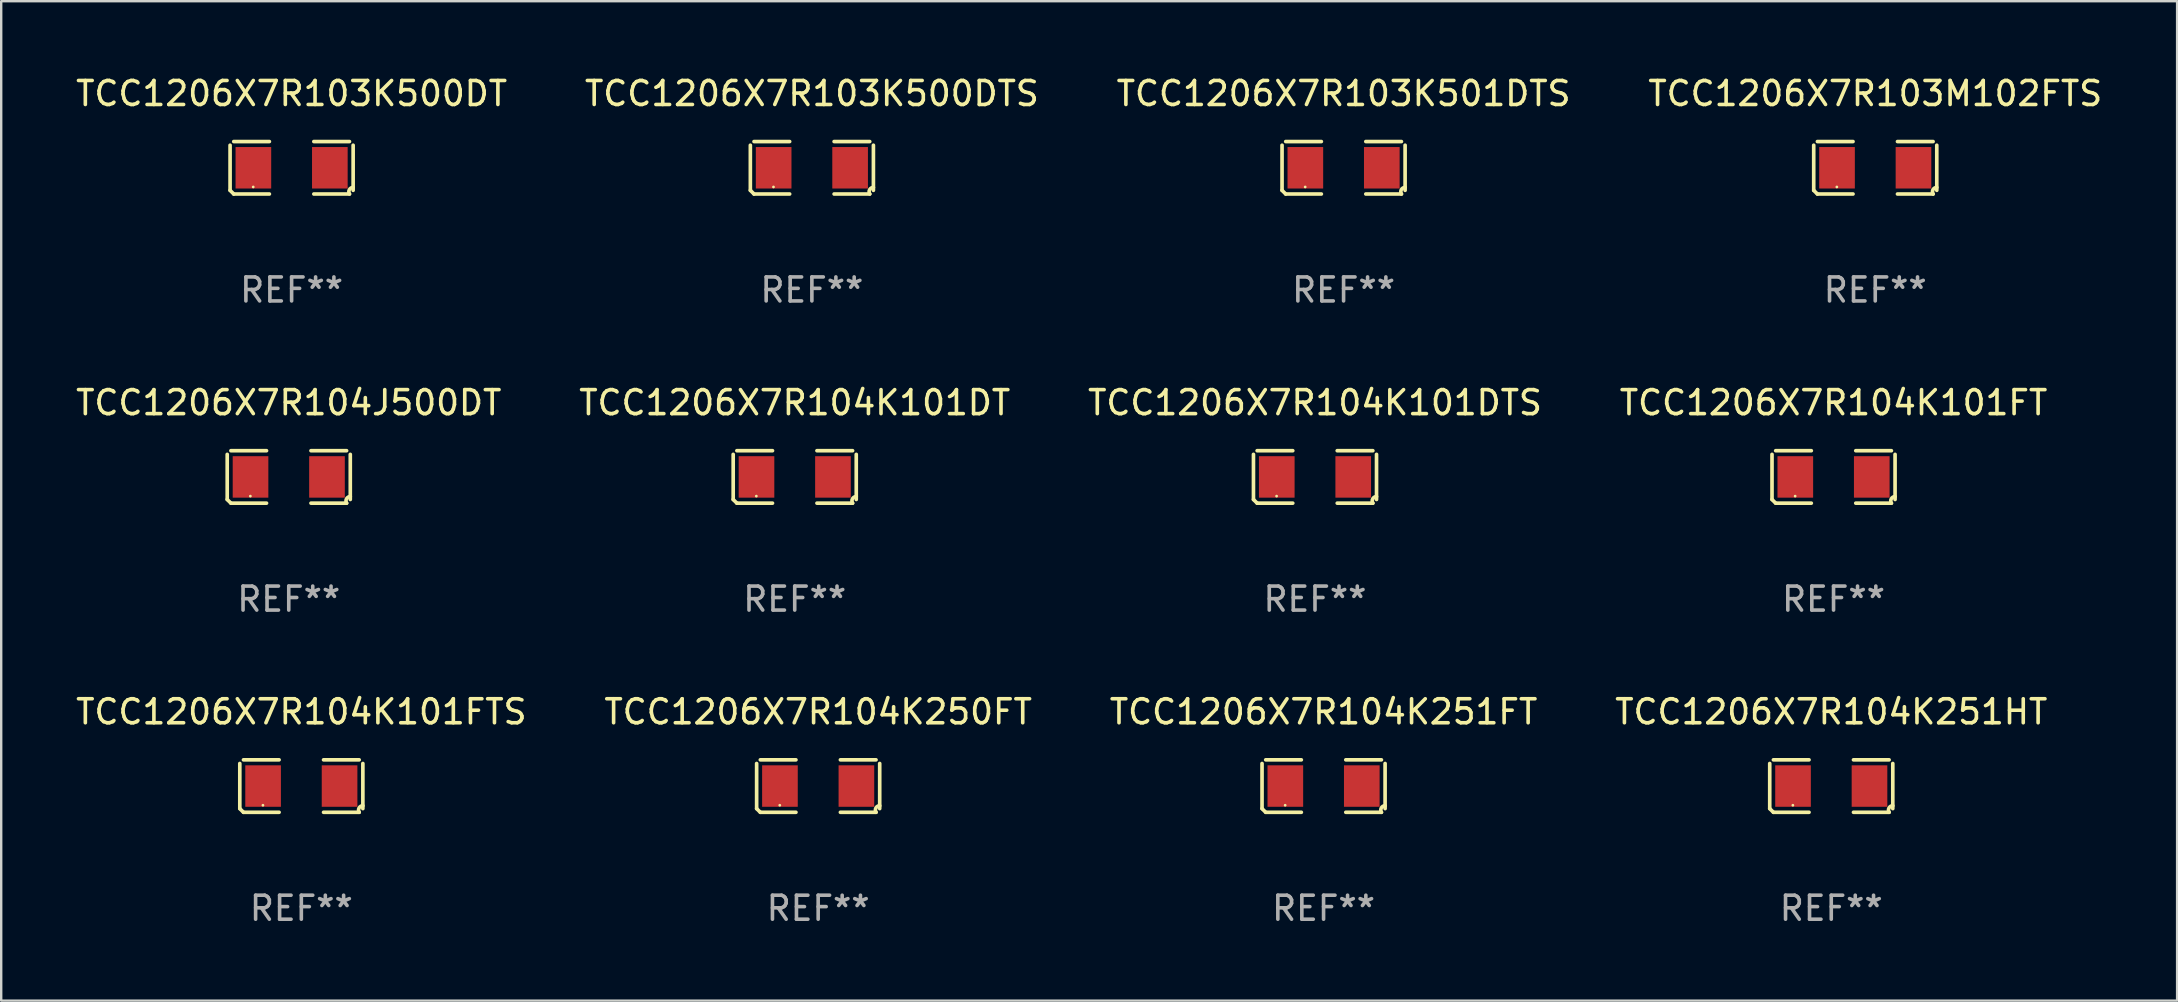
<source format=kicad_pcb>
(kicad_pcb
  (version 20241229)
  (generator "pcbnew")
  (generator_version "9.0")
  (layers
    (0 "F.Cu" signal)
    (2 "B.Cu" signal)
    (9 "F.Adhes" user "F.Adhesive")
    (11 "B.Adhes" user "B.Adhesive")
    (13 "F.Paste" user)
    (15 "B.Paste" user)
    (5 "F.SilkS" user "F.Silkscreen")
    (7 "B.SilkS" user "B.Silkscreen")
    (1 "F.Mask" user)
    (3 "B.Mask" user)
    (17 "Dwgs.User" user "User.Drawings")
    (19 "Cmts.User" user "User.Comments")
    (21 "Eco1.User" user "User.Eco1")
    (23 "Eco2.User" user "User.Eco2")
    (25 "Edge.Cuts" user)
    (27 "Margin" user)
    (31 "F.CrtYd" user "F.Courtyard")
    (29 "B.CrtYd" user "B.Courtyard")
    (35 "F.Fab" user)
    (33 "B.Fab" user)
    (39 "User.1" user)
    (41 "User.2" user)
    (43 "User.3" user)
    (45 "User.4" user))
  (footprint "TCC1206X7R104J500DT"
    (layer "F.Cu")
    (at 8.982 16.823)
    (property "Reference" "TCC1206X7R104J500DT" (at 0 -3.093 0) (layer "F.SilkS") (effects (font (size 1 1) (thickness 0.15))))
    (attr through_hole)
    (fp_line (start -2.564 0.94) (end -2.564 -0.94) (stroke (width 0.152) (type solid)) (layer "F.SilkS"))
    (fp_line (start -2.411 -1.093) (end -0.926 -1.093) (stroke (width 0.152) (type solid)) (layer "F.SilkS"))
    (fp_line (start -0.926 1.093) (end -2.411 1.093) (stroke (width 0.152) (type solid)) (layer "F.SilkS"))
    (fp_line (start 0.926 1.093) (end 2.411 1.093) (stroke (width 0.152) (type solid)) (layer "F.SilkS"))
    (fp_line (start 2.411 -1.093) (end 0.926 -1.093) (stroke (width 0.152) (type solid)) (layer "F.SilkS"))
    (fp_line (start 2.564 0.94) (end 2.564 -0.94) (stroke (width 0.152) (type solid)) (layer "F.SilkS"))
    (fp_arc (start -2.411201 1.092609) (mid -2.487413 1.01642) (end -2.563602 0.940208) (stroke (width 0.1524) (type solid)) (layer "F.SilkS"))
    (fp_arc (start 2.411201 1.092609) (mid 2.407159 0.911226) (end 2.563602 0.819347) (stroke (width 0.1524) (type solid)) (layer "F.SilkS"))
    (fp_circle (center -1.6 0.8) (end -1.57 0.8) (stroke (width 0.06) (type solid)) (fill no) (layer "F.SilkS"))
    (fp_text user "REF**" (at 0 5.093 0) (layer "F.Fab") (effects (font (size 1 1) (thickness 0.15))))
    (pad "1" smd rect (at -1.593 0) (size 1.485 1.728) (layers "F.Cu" "F.Mask" "F.Paste"))
    (pad "2" smd rect (at 1.593 0) (size 1.485 1.728) (layers "F.Cu" "F.Mask" "F.Paste")))
  (footprint "TCC1206X7R104K101FTS"
    (layer "F.Cu")
    (at 9.506 29.704)
    (property "Reference" "TCC1206X7R104K101FTS" (at 0 -3.093 0) (layer "F.SilkS") (effects (font (size 1 1) (thickness 0.15))))
    (attr through_hole)
    (fp_line (start -2.564 0.94) (end -2.564 -0.94) (stroke (width 0.152) (type solid)) (layer "F.SilkS"))
    (fp_line (start -2.411 -1.093) (end -0.926 -1.093) (stroke (width 0.152) (type solid)) (layer "F.SilkS"))
    (fp_line (start -0.926 1.093) (end -2.411 1.093) (stroke (width 0.152) (type solid)) (layer "F.SilkS"))
    (fp_line (start 0.926 1.093) (end 2.411 1.093) (stroke (width 0.152) (type solid)) (layer "F.SilkS"))
    (fp_line (start 2.411 -1.093) (end 0.926 -1.093) (stroke (width 0.152) (type solid)) (layer "F.SilkS"))
    (fp_line (start 2.564 0.94) (end 2.564 -0.94) (stroke (width 0.152) (type solid)) (layer "F.SilkS"))
    (fp_arc (start -2.411201 1.092609) (mid -2.487413 1.01642) (end -2.563602 0.940208) (stroke (width 0.1524) (type solid)) (layer "F.SilkS"))
    (fp_arc (start 2.411201 1.092609) (mid 2.407159 0.911226) (end 2.563602 0.819347) (stroke (width 0.1524) (type solid)) (layer "F.SilkS"))
    (fp_circle (center -1.6 0.8) (end -1.57 0.8) (stroke (width 0.06) (type solid)) (fill no) (layer "F.SilkS"))
    (fp_text user "REF**" (at 0 5.093 0) (layer "F.Fab") (effects (font (size 1 1) (thickness 0.15))))
    (pad "1" smd rect (at -1.593 0) (size 1.485 1.728) (layers "F.Cu" "F.Mask" "F.Paste"))
    (pad "2" smd rect (at 1.593 0) (size 1.485 1.728) (layers "F.Cu" "F.Mask" "F.Paste")))
  (footprint "TCC1206X7R103K500DT"
    (layer "F.Cu")
    (at 9.101 3.941)
    (property "Reference" "TCC1206X7R103K500DT" (at 0 -3.093 0) (layer "F.SilkS") (effects (font (size 1 1) (thickness 0.15))))
    (attr through_hole)
    (fp_line (start -2.564 0.94) (end -2.564 -0.94) (stroke (width 0.152) (type solid)) (layer "F.SilkS"))
    (fp_line (start -2.411 -1.093) (end -0.926 -1.093) (stroke (width 0.152) (type solid)) (layer "F.SilkS"))
    (fp_line (start -0.926 1.093) (end -2.411 1.093) (stroke (width 0.152) (type solid)) (layer "F.SilkS"))
    (fp_line (start 0.926 1.093) (end 2.411 1.093) (stroke (width 0.152) (type solid)) (layer "F.SilkS"))
    (fp_line (start 2.411 -1.093) (end 0.926 -1.093) (stroke (width 0.152) (type solid)) (layer "F.SilkS"))
    (fp_line (start 2.564 0.94) (end 2.564 -0.94) (stroke (width 0.152) (type solid)) (layer "F.SilkS"))
    (fp_arc (start -2.411201 1.092609) (mid -2.487413 1.01642) (end -2.563602 0.940208) (stroke (width 0.1524) (type solid)) (layer "F.SilkS"))
    (fp_arc (start 2.411201 1.092609) (mid 2.407159 0.911226) (end 2.563602 0.819347) (stroke (width 0.1524) (type solid)) (layer "F.SilkS"))
    (fp_circle (center -1.6 0.8) (end -1.57 0.8) (stroke (width 0.06) (type solid)) (fill no) (layer "F.SilkS"))
    (fp_text user "REF**" (at 0 5.093 0) (layer "F.Fab") (effects (font (size 1 1) (thickness 0.15))))
    (pad "1" smd rect (at -1.593 0) (size 1.485 1.728) (layers "F.Cu" "F.Mask" "F.Paste"))
    (pad "2" smd rect (at 1.593 0) (size 1.485 1.728) (layers "F.Cu" "F.Mask" "F.Paste")))
  (footprint "TCC1206X7R104K251HT"
    (layer "F.Cu")
    (at 73.256 29.704)
    (property "Reference" "TCC1206X7R104K251HT" (at 0 -3.093 0) (layer "F.SilkS") (effects (font (size 1 1) (thickness 0.15))))
    (attr through_hole)
    (fp_line (start -2.564 0.94) (end -2.564 -0.94) (stroke (width 0.152) (type solid)) (layer "F.SilkS"))
    (fp_line (start -2.411 -1.093) (end -0.926 -1.093) (stroke (width 0.152) (type solid)) (layer "F.SilkS"))
    (fp_line (start -0.926 1.093) (end -2.411 1.093) (stroke (width 0.152) (type solid)) (layer "F.SilkS"))
    (fp_line (start 0.926 1.093) (end 2.411 1.093) (stroke (width 0.152) (type solid)) (layer "F.SilkS"))
    (fp_line (start 2.411 -1.093) (end 0.926 -1.093) (stroke (width 0.152) (type solid)) (layer "F.SilkS"))
    (fp_line (start 2.564 0.94) (end 2.564 -0.94) (stroke (width 0.152) (type solid)) (layer "F.SilkS"))
    (fp_arc (start -2.411201 1.092609) (mid -2.487413 1.01642) (end -2.563602 0.940208) (stroke (width 0.1524) (type solid)) (layer "F.SilkS"))
    (fp_arc (start 2.411201 1.092609) (mid 2.407159 0.911226) (end 2.563602 0.819347) (stroke (width 0.1524) (type solid)) (layer "F.SilkS"))
    (fp_circle (center -1.6 0.8) (end -1.57 0.8) (stroke (width 0.06) (type solid)) (fill no) (layer "F.SilkS"))
    (fp_text user "REF**" (at 0 5.093 0) (layer "F.Fab") (effects (font (size 1 1) (thickness 0.15))))
    (pad "1" smd rect (at -1.593 0) (size 1.485 1.728) (layers "F.Cu" "F.Mask" "F.Paste"))
    (pad "2" smd rect (at 1.593 0) (size 1.485 1.728) (layers "F.Cu" "F.Mask" "F.Paste")))
  (footprint "TCC1206X7R104K101FT"
    (layer "F.Cu")
    (at 73.351 16.823)
    (property "Reference" "TCC1206X7R104K101FT" (at 0 -3.093 0) (layer "F.SilkS") (effects (font (size 1 1) (thickness 0.15))))
    (attr through_hole)
    (fp_line (start -2.564 0.94) (end -2.564 -0.94) (stroke (width 0.152) (type solid)) (layer "F.SilkS"))
    (fp_line (start -2.411 -1.093) (end -0.926 -1.093) (stroke (width 0.152) (type solid)) (layer "F.SilkS"))
    (fp_line (start -0.926 1.093) (end -2.411 1.093) (stroke (width 0.152) (type solid)) (layer "F.SilkS"))
    (fp_line (start 0.926 1.093) (end 2.411 1.093) (stroke (width 0.152) (type solid)) (layer "F.SilkS"))
    (fp_line (start 2.411 -1.093) (end 0.926 -1.093) (stroke (width 0.152) (type solid)) (layer "F.SilkS"))
    (fp_line (start 2.564 0.94) (end 2.564 -0.94) (stroke (width 0.152) (type solid)) (layer "F.SilkS"))
    (fp_arc (start -2.411201 1.092609) (mid -2.487413 1.01642) (end -2.563602 0.940208) (stroke (width 0.1524) (type solid)) (layer "F.SilkS"))
    (fp_arc (start 2.411201 1.092609) (mid 2.407159 0.911226) (end 2.563602 0.819347) (stroke (width 0.1524) (type solid)) (layer "F.SilkS"))
    (fp_circle (center -1.6 0.8) (end -1.57 0.8) (stroke (width 0.06) (type solid)) (fill no) (layer "F.SilkS"))
    (fp_text user "REF**" (at 0 5.093 0) (layer "F.Fab") (effects (font (size 1 1) (thickness 0.15))))
    (pad "1" smd rect (at -1.593 0) (size 1.485 1.728) (layers "F.Cu" "F.Mask" "F.Paste"))
    (pad "2" smd rect (at 1.593 0) (size 1.485 1.728) (layers "F.Cu" "F.Mask" "F.Paste")))
  (footprint "TCC1206X7R104K101DTS"
    (layer "F.Cu")
    (at 51.744 16.823)
    (property "Reference" "TCC1206X7R104K101DTS" (at 0 -3.093 0) (layer "F.SilkS") (effects (font (size 1 1) (thickness 0.15))))
    (attr through_hole)
    (fp_line (start -2.564 0.94) (end -2.564 -0.94) (stroke (width 0.152) (type solid)) (layer "F.SilkS"))
    (fp_line (start -2.411 -1.093) (end -0.926 -1.093) (stroke (width 0.152) (type solid)) (layer "F.SilkS"))
    (fp_line (start -0.926 1.093) (end -2.411 1.093) (stroke (width 0.152) (type solid)) (layer "F.SilkS"))
    (fp_line (start 0.926 1.093) (end 2.411 1.093) (stroke (width 0.152) (type solid)) (layer "F.SilkS"))
    (fp_line (start 2.411 -1.093) (end 0.926 -1.093) (stroke (width 0.152) (type solid)) (layer "F.SilkS"))
    (fp_line (start 2.564 0.94) (end 2.564 -0.94) (stroke (width 0.152) (type solid)) (layer "F.SilkS"))
    (fp_arc (start -2.411201 1.092609) (mid -2.487413 1.01642) (end -2.563602 0.940208) (stroke (width 0.1524) (type solid)) (layer "F.SilkS"))
    (fp_arc (start 2.411201 1.092609) (mid 2.407159 0.911226) (end 2.563602 0.819347) (stroke (width 0.1524) (type solid)) (layer "F.SilkS"))
    (fp_circle (center -1.6 0.8) (end -1.57 0.8) (stroke (width 0.06) (type solid)) (fill no) (layer "F.SilkS"))
    (fp_text user "REF**" (at 0 5.093 0) (layer "F.Fab") (effects (font (size 1 1) (thickness 0.15))))
    (pad "1" smd rect (at -1.593 0) (size 1.485 1.728) (layers "F.Cu" "F.Mask" "F.Paste"))
    (pad "2" smd rect (at 1.593 0) (size 1.485 1.728) (layers "F.Cu" "F.Mask" "F.Paste")))
  (footprint "TCC1206X7R104K251FT"
    (layer "F.Cu")
    (at 52.101 29.704)
    (property "Reference" "TCC1206X7R104K251FT" (at 0 -3.093 0) (layer "F.SilkS") (effects (font (size 1 1) (thickness 0.15))))
    (attr through_hole)
    (fp_line (start -2.564 0.94) (end -2.564 -0.94) (stroke (width 0.152) (type solid)) (layer "F.SilkS"))
    (fp_line (start -2.411 -1.093) (end -0.926 -1.093) (stroke (width 0.152) (type solid)) (layer "F.SilkS"))
    (fp_line (start -0.926 1.093) (end -2.411 1.093) (stroke (width 0.152) (type solid)) (layer "F.SilkS"))
    (fp_line (start 0.926 1.093) (end 2.411 1.093) (stroke (width 0.152) (type solid)) (layer "F.SilkS"))
    (fp_line (start 2.411 -1.093) (end 0.926 -1.093) (stroke (width 0.152) (type solid)) (layer "F.SilkS"))
    (fp_line (start 2.564 0.94) (end 2.564 -0.94) (stroke (width 0.152) (type solid)) (layer "F.SilkS"))
    (fp_arc (start -2.411201 1.092609) (mid -2.487413 1.01642) (end -2.563602 0.940208) (stroke (width 0.1524) (type solid)) (layer "F.SilkS"))
    (fp_arc (start 2.411201 1.092609) (mid 2.407159 0.911226) (end 2.563602 0.819347) (stroke (width 0.1524) (type solid)) (layer "F.SilkS"))
    (fp_circle (center -1.6 0.8) (end -1.57 0.8) (stroke (width 0.06) (type solid)) (fill no) (layer "F.SilkS"))
    (fp_text user "REF**" (at 0 5.093 0) (layer "F.Fab") (effects (font (size 1 1) (thickness 0.15))))
    (pad "1" smd rect (at -1.593 0) (size 1.485 1.728) (layers "F.Cu" "F.Mask" "F.Paste"))
    (pad "2" smd rect (at 1.593 0) (size 1.485 1.728) (layers "F.Cu" "F.Mask" "F.Paste")))
  (footprint "TCC1206X7R104K250FT"
    (layer "F.Cu")
    (at 31.042 29.704)
    (property "Reference" "TCC1206X7R104K250FT" (at 0 -3.093 0) (layer "F.SilkS") (effects (font (size 1 1) (thickness 0.15))))
    (attr through_hole)
    (fp_line (start -2.564 0.94) (end -2.564 -0.94) (stroke (width 0.152) (type solid)) (layer "F.SilkS"))
    (fp_line (start -2.411 -1.093) (end -0.926 -1.093) (stroke (width 0.152) (type solid)) (layer "F.SilkS"))
    (fp_line (start -0.926 1.093) (end -2.411 1.093) (stroke (width 0.152) (type solid)) (layer "F.SilkS"))
    (fp_line (start 0.926 1.093) (end 2.411 1.093) (stroke (width 0.152) (type solid)) (layer "F.SilkS"))
    (fp_line (start 2.411 -1.093) (end 0.926 -1.093) (stroke (width 0.152) (type solid)) (layer "F.SilkS"))
    (fp_line (start 2.564 0.94) (end 2.564 -0.94) (stroke (width 0.152) (type solid)) (layer "F.SilkS"))
    (fp_arc (start -2.411201 1.092609) (mid -2.487413 1.01642) (end -2.563602 0.940208) (stroke (width 0.1524) (type solid)) (layer "F.SilkS"))
    (fp_arc (start 2.411201 1.092609) (mid 2.407159 0.911226) (end 2.563602 0.819347) (stroke (width 0.1524) (type solid)) (layer "F.SilkS"))
    (fp_circle (center -1.6 0.8) (end -1.57 0.8) (stroke (width 0.06) (type solid)) (fill no) (layer "F.SilkS"))
    (fp_text user "REF**" (at 0 5.093 0) (layer "F.Fab") (effects (font (size 1 1) (thickness 0.15))))
    (pad "1" smd rect (at -1.593 0) (size 1.485 1.728) (layers "F.Cu" "F.Mask" "F.Paste"))
    (pad "2" smd rect (at 1.593 0) (size 1.485 1.728) (layers "F.Cu" "F.Mask" "F.Paste")))
  (footprint "TCC1206X7R103M102FTS"
    (layer "F.Cu")
    (at 75.089 3.941)
    (property "Reference" "TCC1206X7R103M102FTS" (at 0 -3.093 0) (layer "F.SilkS") (effects (font (size 1 1) (thickness 0.15))))
    (attr through_hole)
    (fp_line (start -2.564 0.94) (end -2.564 -0.94) (stroke (width 0.152) (type solid)) (layer "F.SilkS"))
    (fp_line (start -2.411 -1.093) (end -0.926 -1.093) (stroke (width 0.152) (type solid)) (layer "F.SilkS"))
    (fp_line (start -0.926 1.093) (end -2.411 1.093) (stroke (width 0.152) (type solid)) (layer "F.SilkS"))
    (fp_line (start 0.926 1.093) (end 2.411 1.093) (stroke (width 0.152) (type solid)) (layer "F.SilkS"))
    (fp_line (start 2.411 -1.093) (end 0.926 -1.093) (stroke (width 0.152) (type solid)) (layer "F.SilkS"))
    (fp_line (start 2.564 0.94) (end 2.564 -0.94) (stroke (width 0.152) (type solid)) (layer "F.SilkS"))
    (fp_arc (start -2.411201 1.092609) (mid -2.487413 1.01642) (end -2.563602 0.940208) (stroke (width 0.1524) (type solid)) (layer "F.SilkS"))
    (fp_arc (start 2.411201 1.092609) (mid 2.407159 0.911226) (end 2.563602 0.819347) (stroke (width 0.1524) (type solid)) (layer "F.SilkS"))
    (fp_circle (center -1.6 0.8) (end -1.57 0.8) (stroke (width 0.06) (type solid)) (fill no) (layer "F.SilkS"))
    (fp_text user "REF**" (at 0 5.093 0) (layer "F.Fab") (effects (font (size 1 1) (thickness 0.15))))
    (pad "1" smd rect (at -1.593 0) (size 1.485 1.728) (layers "F.Cu" "F.Mask" "F.Paste"))
    (pad "2" smd rect (at 1.593 0) (size 1.485 1.728) (layers "F.Cu" "F.Mask" "F.Paste")))
  (footprint "TCC1206X7R104K101DT"
    (layer "F.Cu")
    (at 30.065 16.823)
    (property "Reference" "TCC1206X7R104K101DT" (at 0 -3.093 0) (layer "F.SilkS") (effects (font (size 1 1) (thickness 0.15))))
    (attr through_hole)
    (fp_line (start -2.564 0.94) (end -2.564 -0.94) (stroke (width 0.152) (type solid)) (layer "F.SilkS"))
    (fp_line (start -2.411 -1.093) (end -0.926 -1.093) (stroke (width 0.152) (type solid)) (layer "F.SilkS"))
    (fp_line (start -0.926 1.093) (end -2.411 1.093) (stroke (width 0.152) (type solid)) (layer "F.SilkS"))
    (fp_line (start 0.926 1.093) (end 2.411 1.093) (stroke (width 0.152) (type solid)) (layer "F.SilkS"))
    (fp_line (start 2.411 -1.093) (end 0.926 -1.093) (stroke (width 0.152) (type solid)) (layer "F.SilkS"))
    (fp_line (start 2.564 0.94) (end 2.564 -0.94) (stroke (width 0.152) (type solid)) (layer "F.SilkS"))
    (fp_arc (start -2.411201 1.092609) (mid -2.487413 1.01642) (end -2.563602 0.940208) (stroke (width 0.1524) (type solid)) (layer "F.SilkS"))
    (fp_arc (start 2.411201 1.092609) (mid 2.407159 0.911226) (end 2.563602 0.819347) (stroke (width 0.1524) (type solid)) (layer "F.SilkS"))
    (fp_circle (center -1.6 0.8) (end -1.57 0.8) (stroke (width 0.06) (type solid)) (fill no) (layer "F.SilkS"))
    (fp_text user "REF**" (at 0 5.093 0) (layer "F.Fab") (effects (font (size 1 1) (thickness 0.15))))
    (pad "1" smd rect (at -1.593 0) (size 1.485 1.728) (layers "F.Cu" "F.Mask" "F.Paste"))
    (pad "2" smd rect (at 1.593 0) (size 1.485 1.728) (layers "F.Cu" "F.Mask" "F.Paste")))
  (footprint "TCC1206X7R103K501DTS"
    (layer "F.Cu")
    (at 52.935 3.941)
    (property "Reference" "TCC1206X7R103K501DTS" (at 0 -3.093 0) (layer "F.SilkS") (effects (font (size 1 1) (thickness 0.15))))
    (attr through_hole)
    (fp_line (start -2.564 0.94) (end -2.564 -0.94) (stroke (width 0.152) (type solid)) (layer "F.SilkS"))
    (fp_line (start -2.411 -1.093) (end -0.926 -1.093) (stroke (width 0.152) (type solid)) (layer "F.SilkS"))
    (fp_line (start -0.926 1.093) (end -2.411 1.093) (stroke (width 0.152) (type solid)) (layer "F.SilkS"))
    (fp_line (start 0.926 1.093) (end 2.411 1.093) (stroke (width 0.152) (type solid)) (layer "F.SilkS"))
    (fp_line (start 2.411 -1.093) (end 0.926 -1.093) (stroke (width 0.152) (type solid)) (layer "F.SilkS"))
    (fp_line (start 2.564 0.94) (end 2.564 -0.94) (stroke (width 0.152) (type solid)) (layer "F.SilkS"))
    (fp_arc (start -2.411201 1.092609) (mid -2.487413 1.01642) (end -2.563602 0.940208) (stroke (width 0.1524) (type solid)) (layer "F.SilkS"))
    (fp_arc (start 2.411201 1.092609) (mid 2.407159 0.911226) (end 2.563602 0.819347) (stroke (width 0.1524) (type solid)) (layer "F.SilkS"))
    (fp_circle (center -1.6 0.8) (end -1.57 0.8) (stroke (width 0.06) (type solid)) (fill no) (layer "F.SilkS"))
    (fp_text user "REF**" (at 0 5.093 0) (layer "F.Fab") (effects (font (size 1 1) (thickness 0.15))))
    (pad "1" smd rect (at -1.593 0) (size 1.485 1.728) (layers "F.Cu" "F.Mask" "F.Paste"))
    (pad "2" smd rect (at 1.593 0) (size 1.485 1.728) (layers "F.Cu" "F.Mask" "F.Paste")))
  (footprint "TCC1206X7R103K500DTS"
    (layer "F.Cu")
    (at 30.78 3.941)
    (property "Reference" "TCC1206X7R103K500DTS" (at 0 -3.093 0) (layer "F.SilkS") (effects (font (size 1 1) (thickness 0.15))))
    (attr through_hole)
    (fp_line (start -2.564 0.94) (end -2.564 -0.94) (stroke (width 0.152) (type solid)) (layer "F.SilkS"))
    (fp_line (start -2.411 -1.093) (end -0.926 -1.093) (stroke (width 0.152) (type solid)) (layer "F.SilkS"))
    (fp_line (start -0.926 1.093) (end -2.411 1.093) (stroke (width 0.152) (type solid)) (layer "F.SilkS"))
    (fp_line (start 0.926 1.093) (end 2.411 1.093) (stroke (width 0.152) (type solid)) (layer "F.SilkS"))
    (fp_line (start 2.411 -1.093) (end 0.926 -1.093) (stroke (width 0.152) (type solid)) (layer "F.SilkS"))
    (fp_line (start 2.564 0.94) (end 2.564 -0.94) (stroke (width 0.152) (type solid)) (layer "F.SilkS"))
    (fp_arc (start -2.411201 1.092609) (mid -2.487413 1.01642) (end -2.563602 0.940208) (stroke (width 0.1524) (type solid)) (layer "F.SilkS"))
    (fp_arc (start 2.411201 1.092609) (mid 2.407159 0.911226) (end 2.563602 0.819347) (stroke (width 0.1524) (type solid)) (layer "F.SilkS"))
    (fp_circle (center -1.6 0.8) (end -1.57 0.8) (stroke (width 0.06) (type solid)) (fill no) (layer "F.SilkS"))
    (fp_text user "REF**" (at 0 5.093 0) (layer "F.Fab") (effects (font (size 1 1) (thickness 0.15))))
    (pad "1" smd rect (at -1.593 0) (size 1.485 1.728) (layers "F.Cu" "F.Mask" "F.Paste"))
    (pad "2" smd rect (at 1.593 0) (size 1.485 1.728) (layers "F.Cu" "F.Mask" "F.Paste")))
  (gr_rect
    (start -3 -3)
    (end 87.667 38.645)
    (stroke (width 0.1) (type default))
    (fill no)
    (layer "Edge.Cuts")))
</source>
